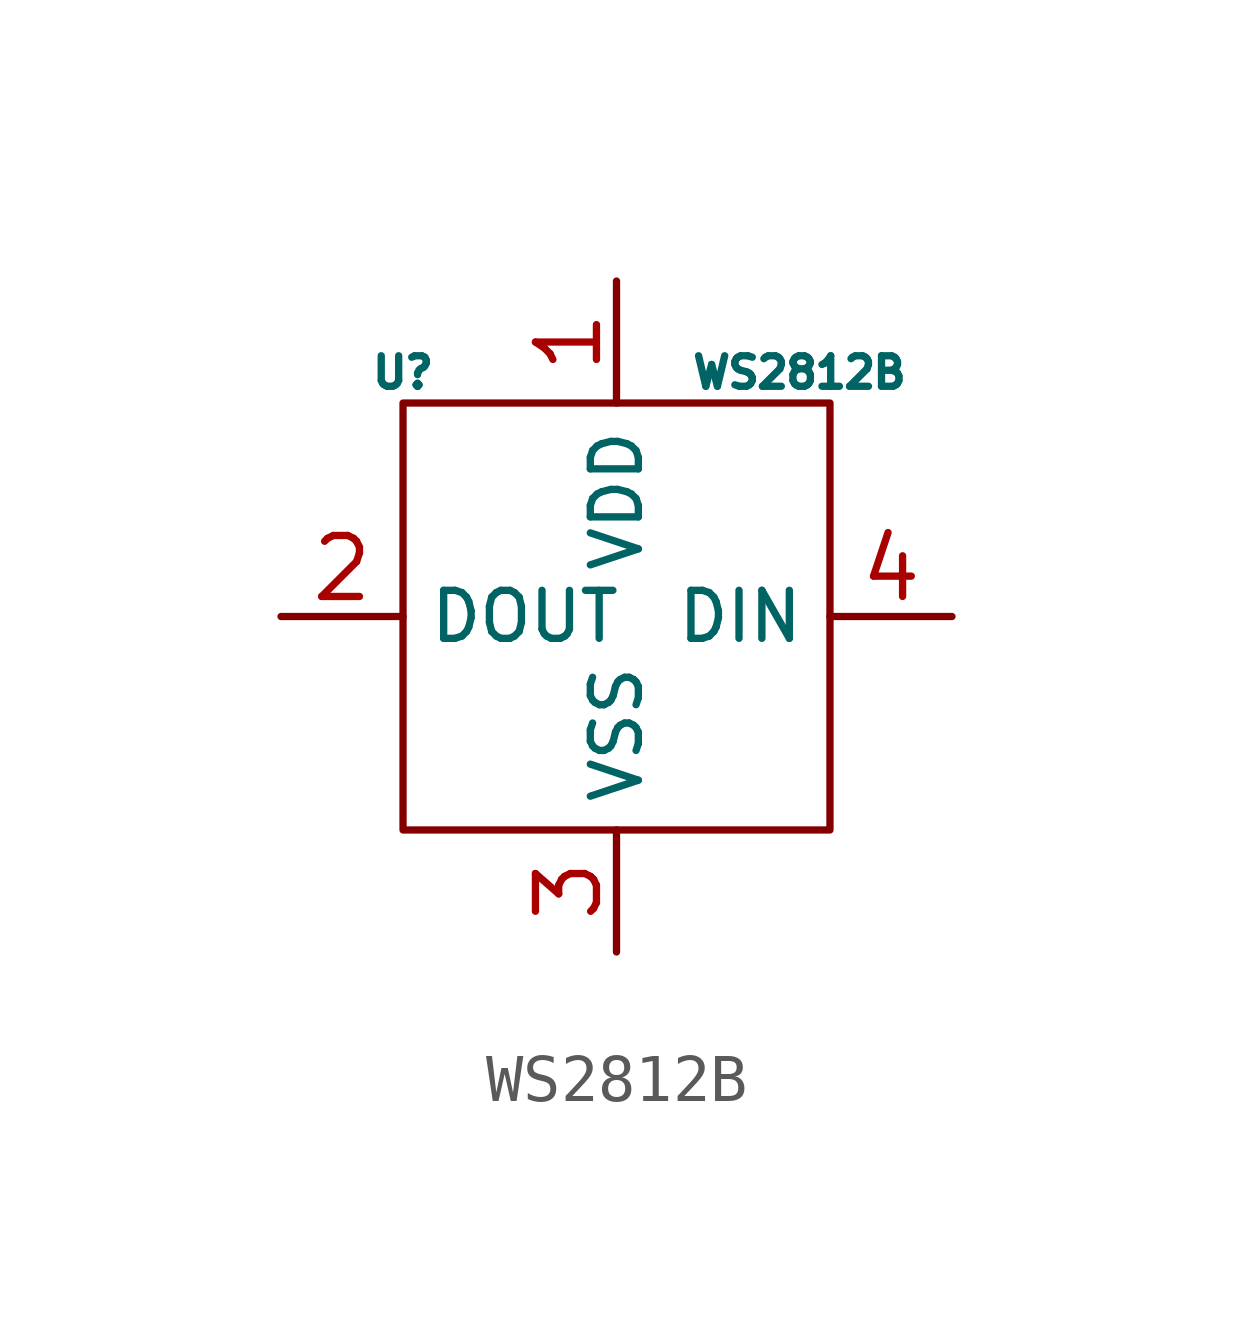
<source format=kicad_sym>
(kicad_symbol_lib
  (version 20211014)
  (generator kicad_symbol_editor)
  (symbol "WS2812B"
    (property "Reference" "U"
      (at -4.445 5.08 0)
      (effects (font (size 0.635 0.635))))
    (property "Value" "WS2812B"
      (at 3.81 5.08 0)
      (effects (font (size 0.635 0.635))))
    (symbol "WS2812B_0_1"
      (rectangle (start -4.445 4.445) (end 4.445 -4.445) (stroke (width 0.152) (type default) (color 0 0 0 0)) (fill (type none))))
    (symbol "WS2812B_1_1"
      (pin power_in line (at 0 6.985 270) (length 2.54) (name "VDD" (effects (font (size 1 1)))) (number "1" (effects (font (size 1.27 1.27)))))
      (pin output line (at -6.985 0 0) (length 2.54) (name "DOUT" (effects (font (size 1 1)))) (number "2" (effects (font (size 1.27 1.27)))))
      (pin power_in line (at 0 -6.985 90) (length 2.54) (name "VSS" (effects (font (size 1 1)))) (number "3" (effects (font (size 1.27 1.27)))))
      (pin input line (at 6.985 0 180) (length 2.54) (name "DIN" (effects (font (size 1 1)))) (number "4" (effects (font (size 1.27 1.27))))))))
</source>
